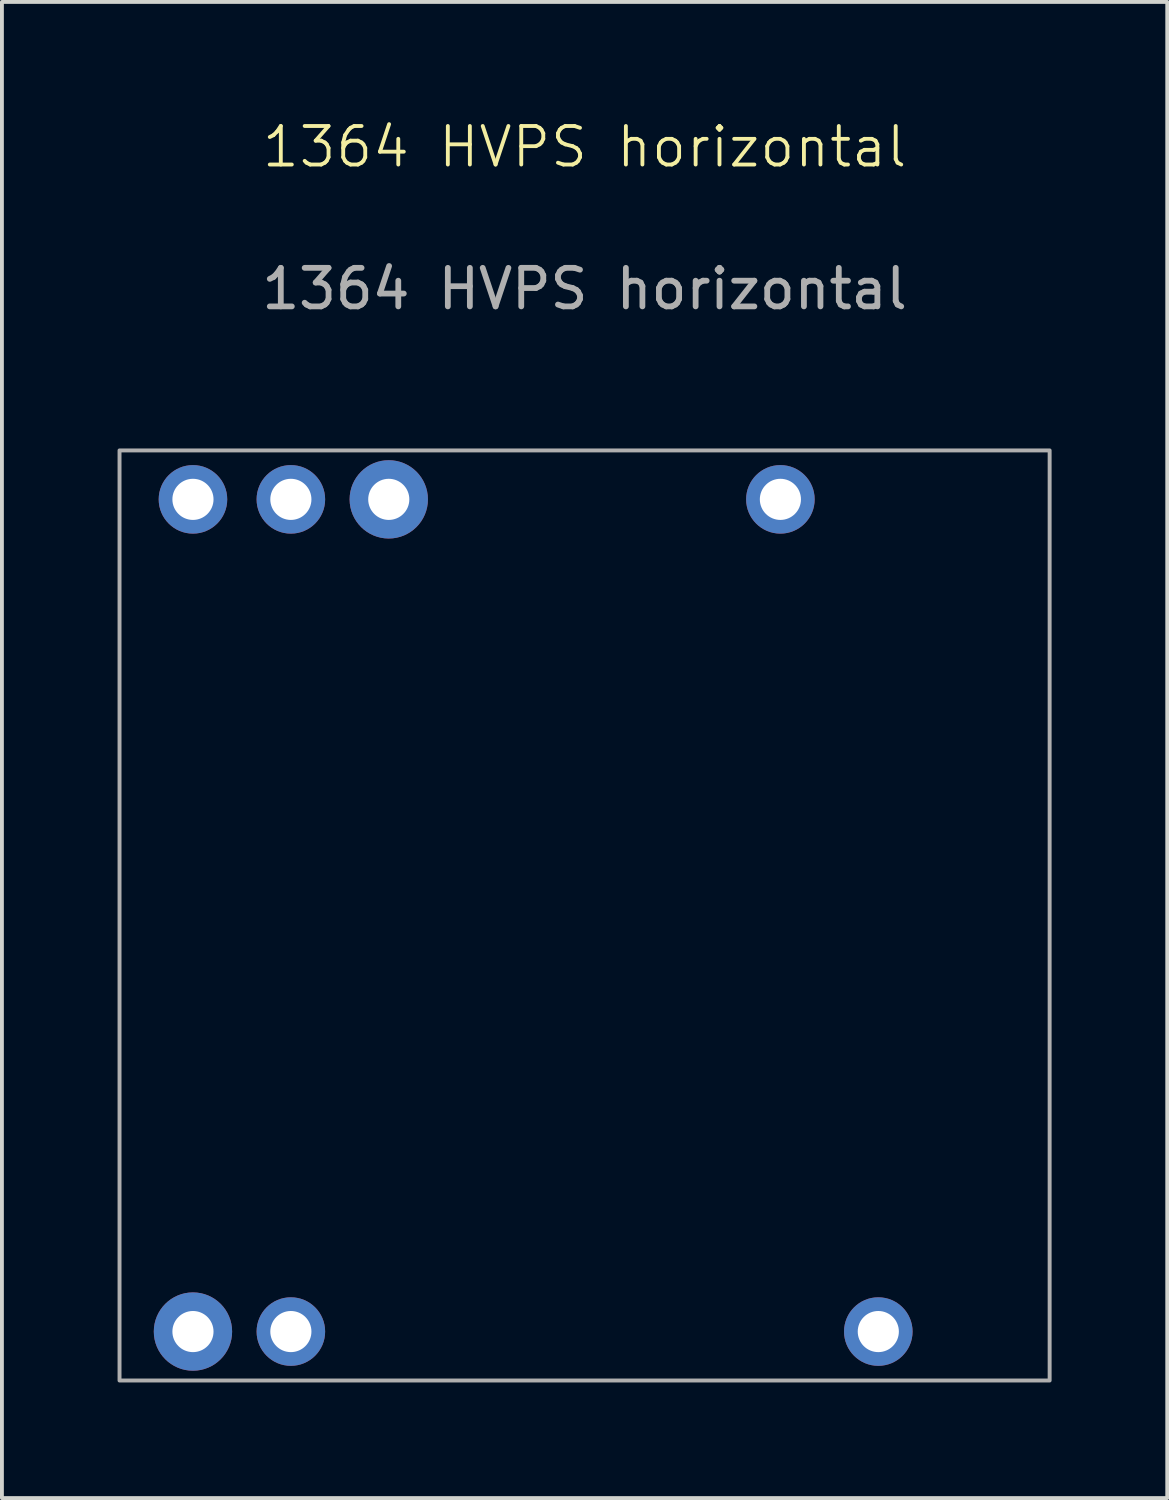
<source format=kicad_pcb>
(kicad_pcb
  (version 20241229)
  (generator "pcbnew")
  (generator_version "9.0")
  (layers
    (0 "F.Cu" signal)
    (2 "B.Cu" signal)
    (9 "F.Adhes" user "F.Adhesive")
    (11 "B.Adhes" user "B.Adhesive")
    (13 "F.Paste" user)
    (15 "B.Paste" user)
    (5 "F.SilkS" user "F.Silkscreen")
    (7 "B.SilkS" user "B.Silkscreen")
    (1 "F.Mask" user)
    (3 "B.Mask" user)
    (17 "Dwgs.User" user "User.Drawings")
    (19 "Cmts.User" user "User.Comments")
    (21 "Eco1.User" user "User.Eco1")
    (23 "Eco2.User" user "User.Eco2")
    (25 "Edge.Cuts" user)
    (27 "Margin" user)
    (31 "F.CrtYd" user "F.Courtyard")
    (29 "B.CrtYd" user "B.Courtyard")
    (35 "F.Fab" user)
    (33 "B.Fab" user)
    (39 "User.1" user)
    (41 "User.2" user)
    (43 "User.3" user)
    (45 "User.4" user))
  (footprint "1364 HVPS horizontal"
    (layer "F.Cu")
    (at 12.116 20.7)
    (property "Reference" "1364 HVPS horizontal" (at 0 -19.939 0) (unlocked yes) (layer "F.SilkS") (effects (font (size 1 1) (thickness 0.1))))
    (attr through_hole)
    (fp_rect (start -12.065 -12.065) (end 12.065 12.065) (stroke (width 0.102) (type default)) (fill no) (layer "F.Fab"))
    (fp_text user "${REFERENCE}" (at 0 -16.256 0) (unlocked yes) (layer "F.Fab") (effects (font (size 1 1) (thickness 0.15))))
    (pad "1" thru_hole circle (at 5.08 -10.795) (size 1.778 1.778) (drill 1.067) (layers "*.Cu" "*.Mask"))
    (pad "2" thru_hole circle (at -7.62 -10.795) (size 1.778 1.778) (drill 1.067) (layers "*.Cu" "*.Mask"))
    (pad "3" thru_hole circle (at -5.08 -10.795) (size 2.032 2.032) (drill 1.067) (layers "*.Cu" "*.Mask"))
    (pad "4" thru_hole circle (at -7.62 10.795) (size 1.778 1.778) (drill 1.067) (layers "*.Cu" "*.Mask"))
    (pad "5" thru_hole circle (at -10.16 10.795) (size 2.032 2.032) (drill 1.067) (layers "*.Cu" "*.Mask"))
    (pad "6" thru_hole circle (at -10.16 -10.795) (size 1.778 1.778) (drill 1.067) (layers "*.Cu" "*.Mask"))
    (pad "7" thru_hole circle (at 7.62 10.795) (size 1.778 1.778) (drill 1.067) (layers "*.Cu" "*.Mask")))
  (gr_rect
    (start -3 -3)
    (end 27.232 35.815)
    (stroke (width 0.1) (type default))
    (fill no)
    (layer "Edge.Cuts")))
</source>
